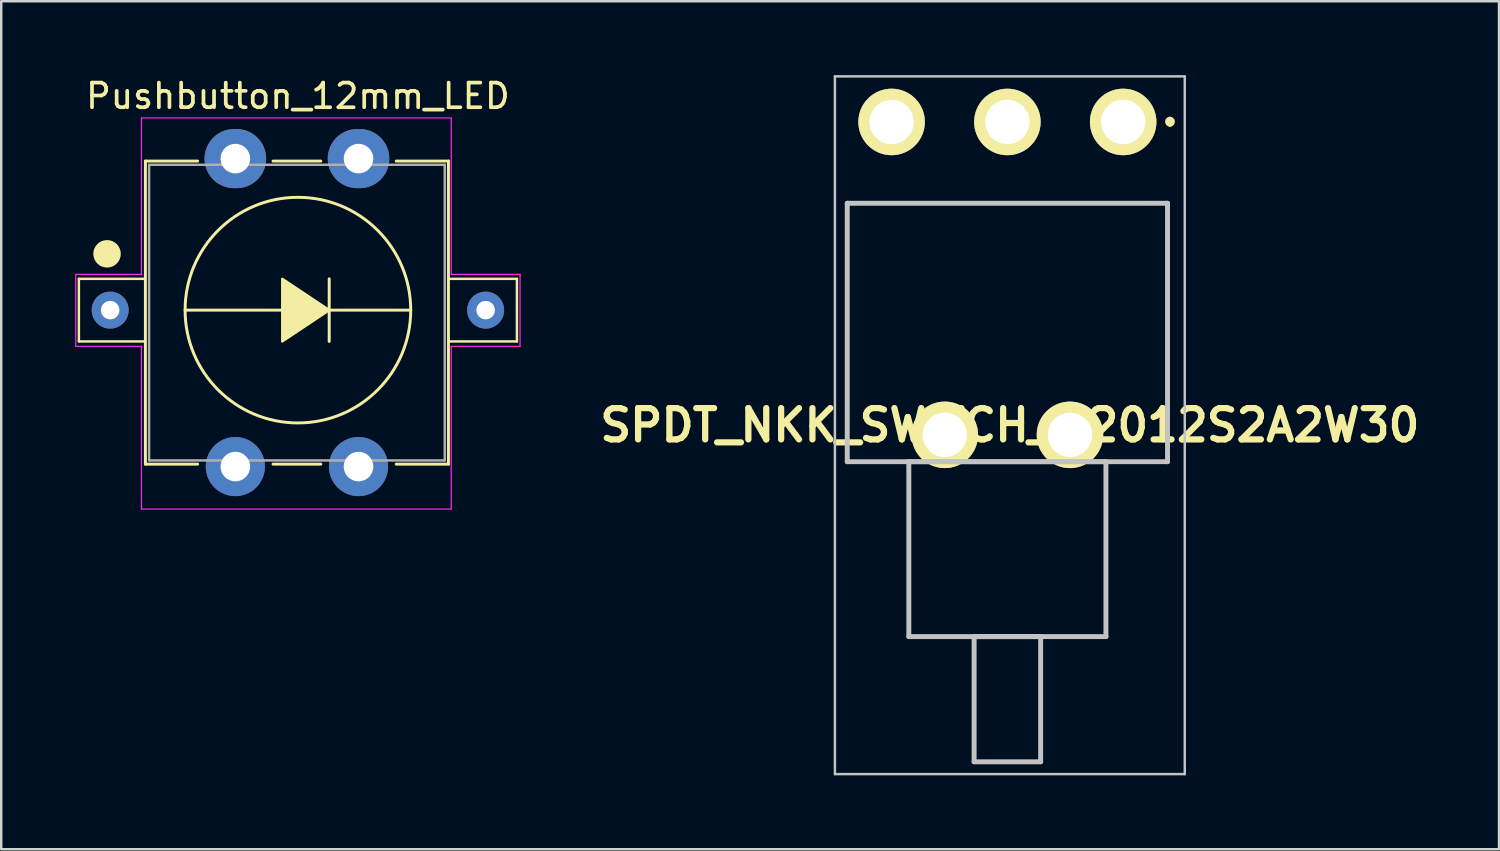
<source format=kicad_pcb>
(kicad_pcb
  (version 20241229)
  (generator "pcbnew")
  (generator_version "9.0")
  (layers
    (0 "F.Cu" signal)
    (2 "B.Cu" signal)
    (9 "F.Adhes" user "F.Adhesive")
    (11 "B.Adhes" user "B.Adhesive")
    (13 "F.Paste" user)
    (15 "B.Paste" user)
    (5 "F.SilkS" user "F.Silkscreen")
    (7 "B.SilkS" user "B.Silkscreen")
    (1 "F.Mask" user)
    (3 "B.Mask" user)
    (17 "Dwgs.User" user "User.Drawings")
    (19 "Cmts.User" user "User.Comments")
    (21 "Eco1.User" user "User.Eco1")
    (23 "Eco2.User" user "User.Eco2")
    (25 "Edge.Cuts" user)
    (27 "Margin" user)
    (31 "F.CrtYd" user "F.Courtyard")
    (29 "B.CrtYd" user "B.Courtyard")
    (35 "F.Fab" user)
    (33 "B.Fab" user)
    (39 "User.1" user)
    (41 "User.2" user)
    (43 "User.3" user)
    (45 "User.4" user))
  (footprint "Pushbutton_12mm_LED"
    (layer "F.Cu")
    (at 6.502 3.388)
    (property "Reference" "Pushbutton_12mm_LED" (at 2.54 -2.54 180) (layer "F.SilkS") (effects (font (size 1 1) (thickness 0.15))))
    (attr through_hole)
    (fp_line (start -6.35 4.88) (end -3.683 4.88) (stroke (width 0.1) (type default)) (layer "F.SilkS"))
    (fp_line (start -6.35 7.42) (end -6.35 4.88) (stroke (width 0.1) (type default)) (layer "F.SilkS"))
    (fp_line (start -3.683 7.42) (end -6.35 7.42) (stroke (width 0.1) (type default)) (layer "F.SilkS"))
    (fp_line (start -3.65 0.1) (end -1.53 0.1) (stroke (width 0.12) (type solid)) (layer "F.SilkS"))
    (fp_line (start -3.65 12.4) (end -3.65 0.1) (stroke (width 0.12) (type solid)) (layer "F.SilkS"))
    (fp_line (start -1.53 12.4) (end -3.65 12.4) (stroke (width 0.12) (type solid)) (layer "F.SilkS"))
    (fp_line (start 1.53 0.1) (end 3.47 0.1) (stroke (width 0.12) (type solid)) (layer "F.SilkS"))
    (fp_line (start 1.905 6.15) (end -2.039 6.15) (stroke (width 0.12) (type default)) (layer "F.SilkS"))
    (fp_line (start 3.47 12.4) (end 1.53 12.4) (stroke (width 0.12) (type solid)) (layer "F.SilkS"))
    (fp_line (start 3.81 6.15) (end 7.119 6.15) (stroke (width 0.12) (type default)) (layer "F.SilkS"))
    (fp_line (start 3.81 7.42) (end 3.81 4.88) (stroke (width 0.12) (type default)) (layer "F.SilkS"))
    (fp_line (start 6.53 0.1) (end 8.65 0.1) (stroke (width 0.12) (type solid)) (layer "F.SilkS"))
    (fp_line (start 8.65 0.1) (end 8.65 12.4) (stroke (width 0.12) (type solid)) (layer "F.SilkS"))
    (fp_line (start 8.65 12.4) (end 6.53 12.4) (stroke (width 0.12) (type solid)) (layer "F.SilkS"))
    (fp_line (start 8.661 7.42) (end 11.43 7.42) (stroke (width 0.1) (type default)) (layer "F.SilkS"))
    (fp_line (start 11.43 4.88) (end 8.661 4.88) (stroke (width 0.1) (type default)) (layer "F.SilkS"))
    (fp_line (start 11.43 7.42) (end 11.43 4.88) (stroke (width 0.1) (type default)) (layer "F.SilkS"))
    (fp_circle (center -5.207 3.864) (end -5.207 3.356) (stroke (width 0.1) (type solid)) (fill yes) (layer "F.SilkS"))
    (fp_circle (center 2.54 6.15) (end 2.54 1.571) (stroke (width 0.12) (type solid)) (fill no) (layer "F.SilkS"))
    (fp_poly (pts (xy 3.81 6.15) (xy 1.905 7.42) (xy 1.905 4.88)) (stroke (width 0.1) (type solid)) (fill yes) (layer "F.SilkS"))
    (fp_line (start -6.477 4.699) (end -3.81 4.699) (stroke (width 0.05) (type default)) (layer "F.CrtYd"))
    (fp_line (start -6.477 7.62) (end -6.477 4.699) (stroke (width 0.05) (type default)) (layer "F.CrtYd"))
    (fp_line (start -3.81 4.699) (end -3.81 -1.651) (stroke (width 0.05) (type default)) (layer "F.CrtYd"))
    (fp_line (start -3.81 7.62) (end -6.477 7.62) (stroke (width 0.05) (type default)) (layer "F.CrtYd"))
    (fp_line (start -3.81 7.62) (end -3.81 14.224) (stroke (width 0.05) (type default)) (layer "F.CrtYd"))
    (fp_line (start -3.81 14.224) (end 8.763 14.224) (stroke (width 0.05) (type solid)) (layer "F.CrtYd"))
    (fp_line (start 8.763 -1.651) (end -3.81 -1.651) (stroke (width 0.05) (type solid)) (layer "F.CrtYd"))
    (fp_line (start 8.763 4.699) (end 8.763 -1.651) (stroke (width 0.05) (type default)) (layer "F.CrtYd"))
    (fp_line (start 8.763 4.699) (end 11.557 4.699) (stroke (width 0.05) (type default)) (layer "F.CrtYd"))
    (fp_line (start 8.763 7.62) (end 8.763 14.224) (stroke (width 0.05) (type default)) (layer "F.CrtYd"))
    (fp_line (start 11.557 4.699) (end 11.557 7.62) (stroke (width 0.05) (type default)) (layer "F.CrtYd"))
    (fp_line (start 11.557 7.62) (end 8.763 7.62) (stroke (width 0.05) (type default)) (layer "F.CrtYd"))
    (fp_line (start -3.5 0.25) (end -3.5 12.25) (stroke (width 0.1) (type solid)) (layer "F.Fab"))
    (fp_line (start -3.5 12.25) (end 8.5 12.25) (stroke (width 0.1) (type solid)) (layer "F.Fab"))
    (fp_line (start 8.5 0.25) (end -3.5 0.25) (stroke (width 0.1) (type solid)) (layer "F.Fab"))
    (fp_line (start 8.5 12.25) (end 8.5 0.25) (stroke (width 0.1) (type solid)) (layer "F.Fab"))
    (pad "1" thru_hole oval (at 0 0 90) (size 2.4 2.5) (drill 1.2) (layers "*.Cu" "*.Mask"))
    (pad "1" thru_hole circle (at 0 12.5 90) (size 2.4 2.4) (drill 1.2) (layers "*.Cu" "*.Mask"))
    (pad "2" thru_hole oval (at 5 0 90) (size 2.4 2.5) (drill 1.2) (layers "*.Cu" "*.Mask"))
    (pad "2" thru_hole circle (at 5 12.5 90) (size 2.4 2.4) (drill 1.2) (layers "*.Cu" "*.Mask"))
    (pad "3" thru_hole circle (at 10.16 6.15 90) (size 1.5 1.5) (drill 0.75) (layers "*.Cu" "*.Mask"))
    (pad "4" thru_hole circle (at -5.08 6.15 90) (size 1.5 1.5) (drill 0.75) (layers "*.Cu" "*.Mask")))
  (footprint "SPDT_NKK_SWITCH_M2012S2A2W30"
    (layer "F.Cu")
    (at 42.539 1.9)
    (property "Reference" "SPDT_NKK_SWITCH_M2012S2A2W30" (at -4.6 12.31 0) (layer "F.SilkS") (effects (font (size 1.27 1.27) (thickness 0.254))))
    (attr through_hole exclude_from_pos_files)
    (fp_line (start -11.2 3.3) (end 1.8 3.3) (stroke (width 0.1) (type solid)) (layer "F.SilkS"))
    (fp_line (start -11.2 13.79) (end -11.2 3.3) (stroke (width 0.1) (type solid)) (layer "F.SilkS"))
    (fp_line (start -9.2 13.79) (end -11.2 13.79) (stroke (width 0.1) (type solid)) (layer "F.SilkS"))
    (fp_line (start -5.2 13.79) (end -4.2 13.79) (stroke (width 0.1) (type solid)) (layer "F.SilkS"))
    (fp_line (start 1.8 3.3) (end 1.8 13.79) (stroke (width 0.1) (type solid)) (layer "F.SilkS"))
    (fp_line (start 1.8 13.79) (end -0.2 13.79) (stroke (width 0.1) (type solid)) (layer "F.SilkS"))
    (fp_line (start 1.9 -0.11) (end 1.9 -0.11) (stroke (width 0.2) (type solid)) (layer "F.SilkS"))
    (fp_line (start 1.9 0.09) (end 1.9 0.09) (stroke (width 0.2) (type solid)) (layer "F.SilkS"))
    (fp_arc (start 1.9 -0.11) (mid 2 -0.01) (end 1.9 0.09) (stroke (width 0.2) (type solid)) (layer "F.SilkS"))
    (fp_arc (start 1.9 0.09) (mid 1.8 -0.01) (end 1.9 -0.11) (stroke (width 0.2) (type solid)) (layer "F.SilkS"))
    (fp_line (start -11.7 -1.85) (end 2.5 -1.85) (stroke (width 0.1) (type solid)) (layer "Dwgs.User"))
    (fp_line (start -11.7 26.47) (end -11.7 -1.85) (stroke (width 0.1) (type solid)) (layer "Dwgs.User"))
    (fp_line (start -11.2 3.3) (end 1.8 3.3) (stroke (width 0.2) (type solid)) (layer "Dwgs.User"))
    (fp_line (start -11.2 13.79) (end -11.2 3.3) (stroke (width 0.2) (type solid)) (layer "Dwgs.User"))
    (fp_line (start -8.7 13.79) (end -0.7 13.79) (stroke (width 0.2) (type solid)) (layer "Dwgs.User"))
    (fp_line (start -8.7 20.89) (end -8.7 13.79) (stroke (width 0.2) (type solid)) (layer "Dwgs.User"))
    (fp_line (start -6.05 20.89) (end -3.35 20.89) (stroke (width 0.2) (type solid)) (layer "Dwgs.User"))
    (fp_line (start -6.05 25.97) (end -6.05 20.89) (stroke (width 0.2) (type solid)) (layer "Dwgs.User"))
    (fp_line (start -3.35 20.89) (end -3.35 25.97) (stroke (width 0.2) (type solid)) (layer "Dwgs.User"))
    (fp_line (start -3.35 25.97) (end -6.05 25.97) (stroke (width 0.2) (type solid)) (layer "Dwgs.User"))
    (fp_line (start -0.7 13.79) (end -0.7 20.89) (stroke (width 0.2) (type solid)) (layer "Dwgs.User"))
    (fp_line (start -0.7 20.89) (end -8.7 20.89) (stroke (width 0.2) (type solid)) (layer "Dwgs.User"))
    (fp_line (start 1.8 3.3) (end 1.8 13.79) (stroke (width 0.2) (type solid)) (layer "Dwgs.User"))
    (fp_line (start 1.8 13.79) (end -11.2 13.79) (stroke (width 0.2) (type solid)) (layer "Dwgs.User"))
    (fp_line (start 2.5 -1.85) (end 2.5 26.47) (stroke (width 0.1) (type solid)) (layer "Dwgs.User"))
    (fp_line (start 2.5 26.47) (end -11.7 26.47) (stroke (width 0.1) (type solid)) (layer "Dwgs.User"))
    (pad "1" thru_hole circle (at 0 0 90) (size 2.7 2.7) (drill 1.8) (layers "*.Cu" "*.Mask" "F.SilkS"))
    (pad "2" thru_hole circle (at -4.7 0 90) (size 2.7 2.7) (drill 1.8) (layers "*.Cu" "*.Mask" "F.SilkS"))
    (pad "3" thru_hole circle (at -9.4 0 90) (size 2.7 2.7) (drill 1.8) (layers "*.Cu" "*.Mask" "F.SilkS"))
    (pad "MH1" thru_hole circle (at -2.16 12.7 90) (size 2.7 2.7) (drill 1.8) (layers "*.Cu" "*.Mask" "F.SilkS"))
    (pad "MH2" thru_hole circle (at -7.24 12.7 90) (size 2.7 2.7) (drill 1.8) (layers "*.Cu" "*.Mask" "F.SilkS")))
  (gr_rect
    (start -3 -3)
    (end 57.793 31.42)
    (stroke (width 0.1) (type default))
    (fill no)
    (layer "Edge.Cuts")))
</source>
